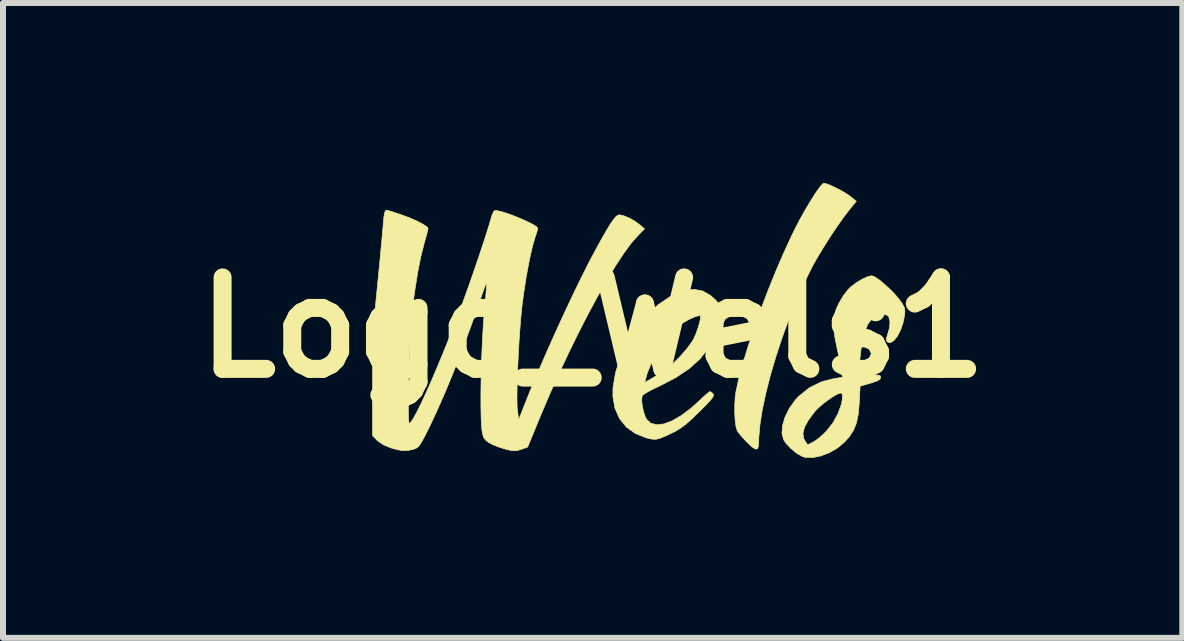
<source format=kicad_pcb>
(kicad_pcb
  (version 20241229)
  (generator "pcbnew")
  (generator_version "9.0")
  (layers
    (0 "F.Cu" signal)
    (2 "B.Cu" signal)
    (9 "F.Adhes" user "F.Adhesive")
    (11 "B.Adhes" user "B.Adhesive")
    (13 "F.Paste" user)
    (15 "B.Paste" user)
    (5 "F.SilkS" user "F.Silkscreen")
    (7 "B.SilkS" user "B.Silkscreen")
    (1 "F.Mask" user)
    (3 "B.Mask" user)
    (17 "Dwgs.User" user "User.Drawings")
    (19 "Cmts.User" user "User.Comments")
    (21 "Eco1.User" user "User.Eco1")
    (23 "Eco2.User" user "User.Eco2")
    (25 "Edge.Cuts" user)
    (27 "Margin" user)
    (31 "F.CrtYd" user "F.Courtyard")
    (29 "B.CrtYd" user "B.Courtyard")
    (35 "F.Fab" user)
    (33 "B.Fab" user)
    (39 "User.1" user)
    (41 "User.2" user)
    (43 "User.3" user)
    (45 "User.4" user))
  (footprint "Logo_Wels1"
    (layer "F.Cu")
    (at 6.829 2.409)
    (property "Reference" "Logo_Wels1" (at 0 0 0) (layer "F.SilkS") (effects (font (size 1.524 1.524) (thickness 0.3))))
    (attr through_hole)
    (fp_poly (pts (xy 3.888 -2.399) (xy 3.958 -2.373) (xy 4.046 -2.332) (xy 4.141 -2.283) (xy 4.23 -2.23) (xy 4.302 -2.181) (xy 4.314 -2.171) (xy 4.394 -2.104) (xy 4.278 -1.962) (xy 4.18 -1.834) (xy 4.068 -1.675) (xy 3.95 -1.498) (xy 3.835 -1.315) (xy 3.731 -1.141) (xy 3.661 -1.016) (xy 3.527 -0.747) (xy 3.397 -0.454) (xy 3.273 -0.146) (xy 3.158 0.171) (xy 3.053 0.49) (xy 2.961 0.802) (xy 2.885 1.102) (xy 2.826 1.38) (xy 2.787 1.631) (xy 2.769 1.846) (xy 2.769 1.886) (xy 2.764 1.975) (xy 2.746 2.022) (xy 2.711 2.027) (xy 2.654 1.99) (xy 2.573 1.913) (xy 2.562 1.902) (xy 2.495 1.829) (xy 2.44 1.763) (xy 2.409 1.72) (xy 2.389 1.654) (xy 2.375 1.552) (xy 2.368 1.428) (xy 2.368 1.295) (xy 2.375 1.168) (xy 2.387 1.076) (xy 2.434 0.859) (xy 2.502 0.606) (xy 2.588 0.324) (xy 2.688 0.022) (xy 2.8 -0.293) (xy 2.921 -0.612) (xy 3.048 -0.927) (xy 3.178 -1.229) (xy 3.308 -1.512) (xy 3.369 -1.638) (xy 3.445 -1.784) (xy 3.526 -1.93) (xy 3.607 -2.069) (xy 3.685 -2.193) (xy 3.753 -2.295) (xy 3.808 -2.367) (xy 3.845 -2.403) (xy 3.848 -2.404) (xy 3.888 -2.399)) (stroke (width 0.01) (type solid)) (fill yes) (layer "F.SilkS"))
    (fp_poly (pts (xy 1.828 -0.611) (xy 1.958 -0.539) (xy 2.038 -0.469) (xy 2.089 -0.412) (xy 2.119 -0.359) (xy 2.13 -0.297) (xy 2.124 -0.214) (xy 2.102 -0.096) (xy 2.097 -0.073) (xy 2.032 0.145) (xy 1.931 0.342) (xy 1.792 0.52) (xy 1.613 0.683) (xy 1.389 0.833) (xy 1.118 0.974) (xy 1.08 0.992) (xy 0.978 1.041) (xy 0.895 1.087) (xy 0.841 1.123) (xy 0.825 1.14) (xy 0.817 1.205) (xy 0.826 1.299) (xy 0.847 1.4) (xy 0.877 1.489) (xy 0.899 1.531) (xy 0.971 1.596) (xy 1.068 1.621) (xy 1.187 1.607) (xy 1.324 1.556) (xy 1.476 1.468) (xy 1.639 1.346) (xy 1.775 1.223) (xy 1.849 1.153) (xy 1.91 1.1) (xy 1.948 1.07) (xy 1.956 1.067) (xy 1.986 1.084) (xy 2.007 1.106) (xy 2.015 1.126) (xy 2.007 1.154) (xy 1.977 1.196) (xy 1.922 1.257) (xy 1.837 1.345) (xy 1.775 1.406) (xy 1.654 1.523) (xy 1.555 1.611) (xy 1.467 1.676) (xy 1.381 1.729) (xy 1.321 1.759) (xy 1.206 1.813) (xy 1.123 1.847) (xy 1.059 1.863) (xy 1.001 1.863) (xy 0.935 1.85) (xy 0.896 1.84) (xy 0.711 1.767) (xy 0.56 1.658) (xy 0.446 1.516) (xy 0.371 1.346) (xy 0.337 1.151) (xy 0.339 1.003) (xy 0.353 0.917) (xy 0.867 0.917) (xy 0.986 0.849) (xy 1.081 0.79) (xy 1.183 0.723) (xy 1.22 0.697) (xy 1.339 0.6) (xy 1.459 0.482) (xy 1.568 0.357) (xy 1.654 0.24) (xy 1.686 0.185) (xy 1.722 0.103) (xy 1.755 0.011) (xy 1.781 -0.078) (xy 1.797 -0.15) (xy 1.797 -0.191) (xy 1.795 -0.195) (xy 1.761 -0.196) (xy 1.698 -0.176) (xy 1.616 -0.139) (xy 1.53 -0.092) (xy 1.451 -0.04) (xy 1.328 0.07) (xy 1.205 0.217) (xy 1.089 0.388) (xy 0.99 0.569) (xy 0.915 0.747) (xy 0.893 0.821) (xy 0.867 0.917) (xy 0.353 0.917) (xy 0.382 0.747) (xy 0.465 0.489) (xy 0.583 0.24) (xy 0.731 0.007) (xy 0.902 -0.203) (xy 1.093 -0.381) (xy 1.297 -0.519) (xy 1.356 -0.549) (xy 1.531 -0.616) (xy 1.687 -0.636) (xy 1.828 -0.611)) (stroke (width 0.01) (type solid)) (fill yes) (layer "F.SilkS"))
    (fp_poly (pts (xy 4.7 -0.846) (xy 4.77 -0.799) (xy 4.855 -0.73) (xy 4.946 -0.647) (xy 5.032 -0.56) (xy 5.104 -0.475) (xy 5.109 -0.469) (xy 5.164 -0.392) (xy 5.194 -0.336) (xy 5.205 -0.284) (xy 5.201 -0.219) (xy 5.199 -0.203) (xy 5.174 -0.077) (xy 5.133 0.041) (xy 5.081 0.142) (xy 5.024 0.215) (xy 4.967 0.252) (xy 4.951 0.254) (xy 4.905 0.237) (xy 4.895 0.186) (xy 4.92 0.102) (xy 4.95 -0.003) (xy 4.955 -0.102) (xy 4.935 -0.178) (xy 4.925 -0.194) (xy 4.874 -0.219) (xy 4.8 -0.219) (xy 4.722 -0.195) (xy 4.668 -0.16) (xy 4.588 -0.057) (xy 4.526 0.093) (xy 4.482 0.289) (xy 4.454 0.533) (xy 4.454 0.54) (xy 4.437 0.787) (xy 4.619 0.787) (xy 4.714 0.789) (xy 4.769 0.795) (xy 4.795 0.809) (xy 4.801 0.833) (xy 4.801 0.834) (xy 4.788 0.863) (xy 4.744 0.89) (xy 4.661 0.92) (xy 4.629 0.929) (xy 4.458 0.978) (xy 4.444 1.257) (xy 4.428 1.442) (xy 4.398 1.59) (xy 4.349 1.712) (xy 4.278 1.821) (xy 4.199 1.909) (xy 4.08 2.009) (xy 3.944 2.087) (xy 3.801 2.142) (xy 3.663 2.169) (xy 3.542 2.165) (xy 3.491 2.149) (xy 3.396 2.093) (xy 3.299 2.012) (xy 3.218 1.925) (xy 3.183 1.871) (xy 3.155 1.765) (xy 3.155 1.765) (xy 3.505 1.765) (xy 3.519 1.852) (xy 3.545 1.899) (xy 3.584 1.955) (xy 3.679 1.907) (xy 3.746 1.863) (xy 3.827 1.795) (xy 3.895 1.729) (xy 4.005 1.589) (xy 4.091 1.432) (xy 4.147 1.276) (xy 4.16 1.203) (xy 4.164 1.132) (xy 4.154 1.099) (xy 4.134 1.092) (xy 4.084 1.108) (xy 4.009 1.15) (xy 3.921 1.21) (xy 3.831 1.279) (xy 3.752 1.349) (xy 3.699 1.405) (xy 3.594 1.547) (xy 3.53 1.665) (xy 3.505 1.765) (xy 3.155 1.765) (xy 3.164 1.637) (xy 3.205 1.497) (xy 3.275 1.353) (xy 3.373 1.215) (xy 3.433 1.149) (xy 3.611 1.005) (xy 3.814 0.905) (xy 3.998 0.857) (xy 4.165 0.828) (xy 4.15 0.725) (xy 4.138 0.657) (xy 4.118 0.555) (xy 4.093 0.435) (xy 4.074 0.346) (xy 4.037 0.162) (xy 4.017 0.015) (xy 4.015 -0.107) (xy 4.031 -0.214) (xy 4.065 -0.319) (xy 4.103 -0.402) (xy 4.176 -0.526) (xy 4.257 -0.632) (xy 4.3 -0.675) (xy 4.395 -0.747) (xy 4.496 -0.808) (xy 4.588 -0.849) (xy 4.653 -0.863) (xy 4.7 -0.846)) (stroke (width 0.01) (type solid)) (fill yes) (layer "F.SilkS"))
    (fp_poly (pts (xy -3.404 -1.948) (xy -3.331 -1.926) (xy -3.236 -1.895) (xy -3.183 -1.877) (xy -3.046 -1.826) (xy -2.926 -1.773) (xy -2.83 -1.723) (xy -2.766 -1.681) (xy -2.743 -1.65) (xy -2.743 -1.65) (xy -2.75 -1.617) (xy -2.768 -1.547) (xy -2.794 -1.453) (xy -2.808 -1.404) (xy -2.867 -1.172) (xy -2.921 -0.893) (xy -2.971 -0.573) (xy -3.011 -0.249) (xy -3.022 -0.139) (xy -3.031 0.002) (xy -3.04 0.165) (xy -3.049 0.344) (xy -3.056 0.534) (xy -3.062 0.726) (xy -3.067 0.915) (xy -3.07 1.094) (xy -3.072 1.255) (xy -3.072 1.394) (xy -3.069 1.501) (xy -3.065 1.572) (xy -3.058 1.6) (xy -3.058 1.6) (xy -3.03 1.576) (xy -2.986 1.51) (xy -2.928 1.404) (xy -2.858 1.263) (xy -2.778 1.091) (xy -2.69 0.893) (xy -2.596 0.672) (xy -2.496 0.433) (xy -2.395 0.181) (xy -2.292 -0.081) (xy -2.19 -0.349) (xy -2.178 -0.381) (xy -2.121 -0.539) (xy -2.057 -0.717) (xy -1.991 -0.907) (xy -1.925 -1.099) (xy -1.862 -1.287) (xy -1.805 -1.46) (xy -1.757 -1.61) (xy -1.72 -1.728) (xy -1.7 -1.8) (xy -1.676 -1.877) (xy -1.65 -1.932) (xy -1.635 -1.948) (xy -1.59 -1.947) (xy -1.512 -1.929) (xy -1.412 -1.897) (xy -1.3 -1.856) (xy -1.186 -1.809) (xy -1.08 -1.761) (xy -0.993 -1.717) (xy -0.934 -1.679) (xy -0.914 -1.654) (xy -0.922 -1.621) (xy -0.942 -1.555) (xy -0.965 -1.486) (xy -0.999 -1.369) (xy -1.036 -1.212) (xy -1.074 -1.026) (xy -1.111 -0.822) (xy -1.144 -0.609) (xy -1.173 -0.4) (xy -1.181 -0.33) (xy -1.197 -0.169) (xy -1.212 0.017) (xy -1.226 0.219) (xy -1.238 0.428) (xy -1.248 0.636) (xy -1.255 0.835) (xy -1.26 1.018) (xy -1.262 1.175) (xy -1.26 1.298) (xy -1.254 1.38) (xy -1.254 1.384) (xy -1.232 1.536) (xy -1.158 1.346) (xy -1.049 1.072) (xy -0.924 0.773) (xy -0.787 0.456) (xy -0.643 0.132) (xy -0.496 -0.19) (xy -0.35 -0.501) (xy -0.209 -0.793) (xy -0.078 -1.055) (xy 0.037 -1.272) (xy 0.14 -1.461) (xy 0.224 -1.608) (xy 0.291 -1.718) (xy 0.344 -1.796) (xy 0.385 -1.846) (xy 0.419 -1.872) (xy 0.445 -1.879) (xy 0.518 -1.863) (xy 0.612 -1.824) (xy 0.71 -1.768) (xy 0.782 -1.715) (xy 0.865 -1.645) (xy 0.749 -1.527) (xy 0.642 -1.405) (xy 0.52 -1.239) (xy 0.385 -1.034) (xy 0.24 -0.795) (xy 0.087 -0.526) (xy -0.072 -0.232) (xy -0.234 0.084) (xy -0.397 0.416) (xy -0.559 0.761) (xy -0.717 1.113) (xy -0.868 1.469) (xy -0.901 1.549) (xy -1.084 1.994) (xy -1.19 2.031) (xy -1.253 2.05) (xy -1.308 2.056) (xy -1.375 2.047) (xy -1.467 2.024) (xy -1.571 1.991) (xy -1.67 1.951) (xy -1.732 1.918) (xy -1.786 1.876) (xy -1.818 1.832) (xy -1.837 1.766) (xy -1.846 1.709) (xy -1.855 1.612) (xy -1.86 1.473) (xy -1.863 1.299) (xy -1.863 1.099) (xy -1.86 0.881) (xy -1.855 0.653) (xy -1.847 0.424) (xy -1.837 0.201) (xy -1.825 -0.008) (xy -1.812 -0.193) (xy -1.808 -0.229) (xy -1.794 -0.385) (xy -1.782 -0.524) (xy -1.773 -0.637) (xy -1.768 -0.716) (xy -1.766 -0.754) (xy -1.766 -0.757) (xy -1.776 -0.737) (xy -1.798 -0.677) (xy -1.831 -0.586) (xy -1.871 -0.472) (xy -1.887 -0.426) (xy -2.026 -0.031) (xy -2.169 0.357) (xy -2.314 0.728) (xy -2.457 1.075) (xy -2.595 1.389) (xy -2.724 1.664) (xy -2.741 1.698) (xy -2.804 1.822) (xy -2.851 1.908) (xy -2.887 1.964) (xy -2.919 1.998) (xy -2.952 2.018) (xy -2.99 2.031) (xy -3.083 2.051) (xy -3.168 2.053) (xy -3.265 2.035) (xy -3.366 2.006) (xy -3.487 1.956) (xy -3.58 1.893) (xy -3.595 1.879) (xy -3.67 1.8) (xy -3.67 0.957) (xy -3.669 0.708) (xy -3.667 0.499) (xy -3.663 0.316) (xy -3.657 0.149) (xy -3.648 -0.014) (xy -3.636 -0.186) (xy -3.619 -0.377) (xy -3.597 -0.6) (xy -3.589 -0.686) (xy -3.568 -0.895) (xy -3.548 -1.1) (xy -3.53 -1.291) (xy -3.514 -1.46) (xy -3.502 -1.599) (xy -3.493 -1.699) (xy -3.492 -1.721) (xy -3.48 -1.842) (xy -3.467 -1.917) (xy -3.45 -1.952) (xy -3.441 -1.956) (xy -3.404 -1.948)) (stroke (width 0.01) (type solid)) (fill yes) (layer "F.SilkS")))
  (gr_rect
    (start -3 -3)
    (end 16.658 7.583)
    (stroke (width 0.1) (type default))
    (fill no)
    (layer "Edge.Cuts")))
</source>
